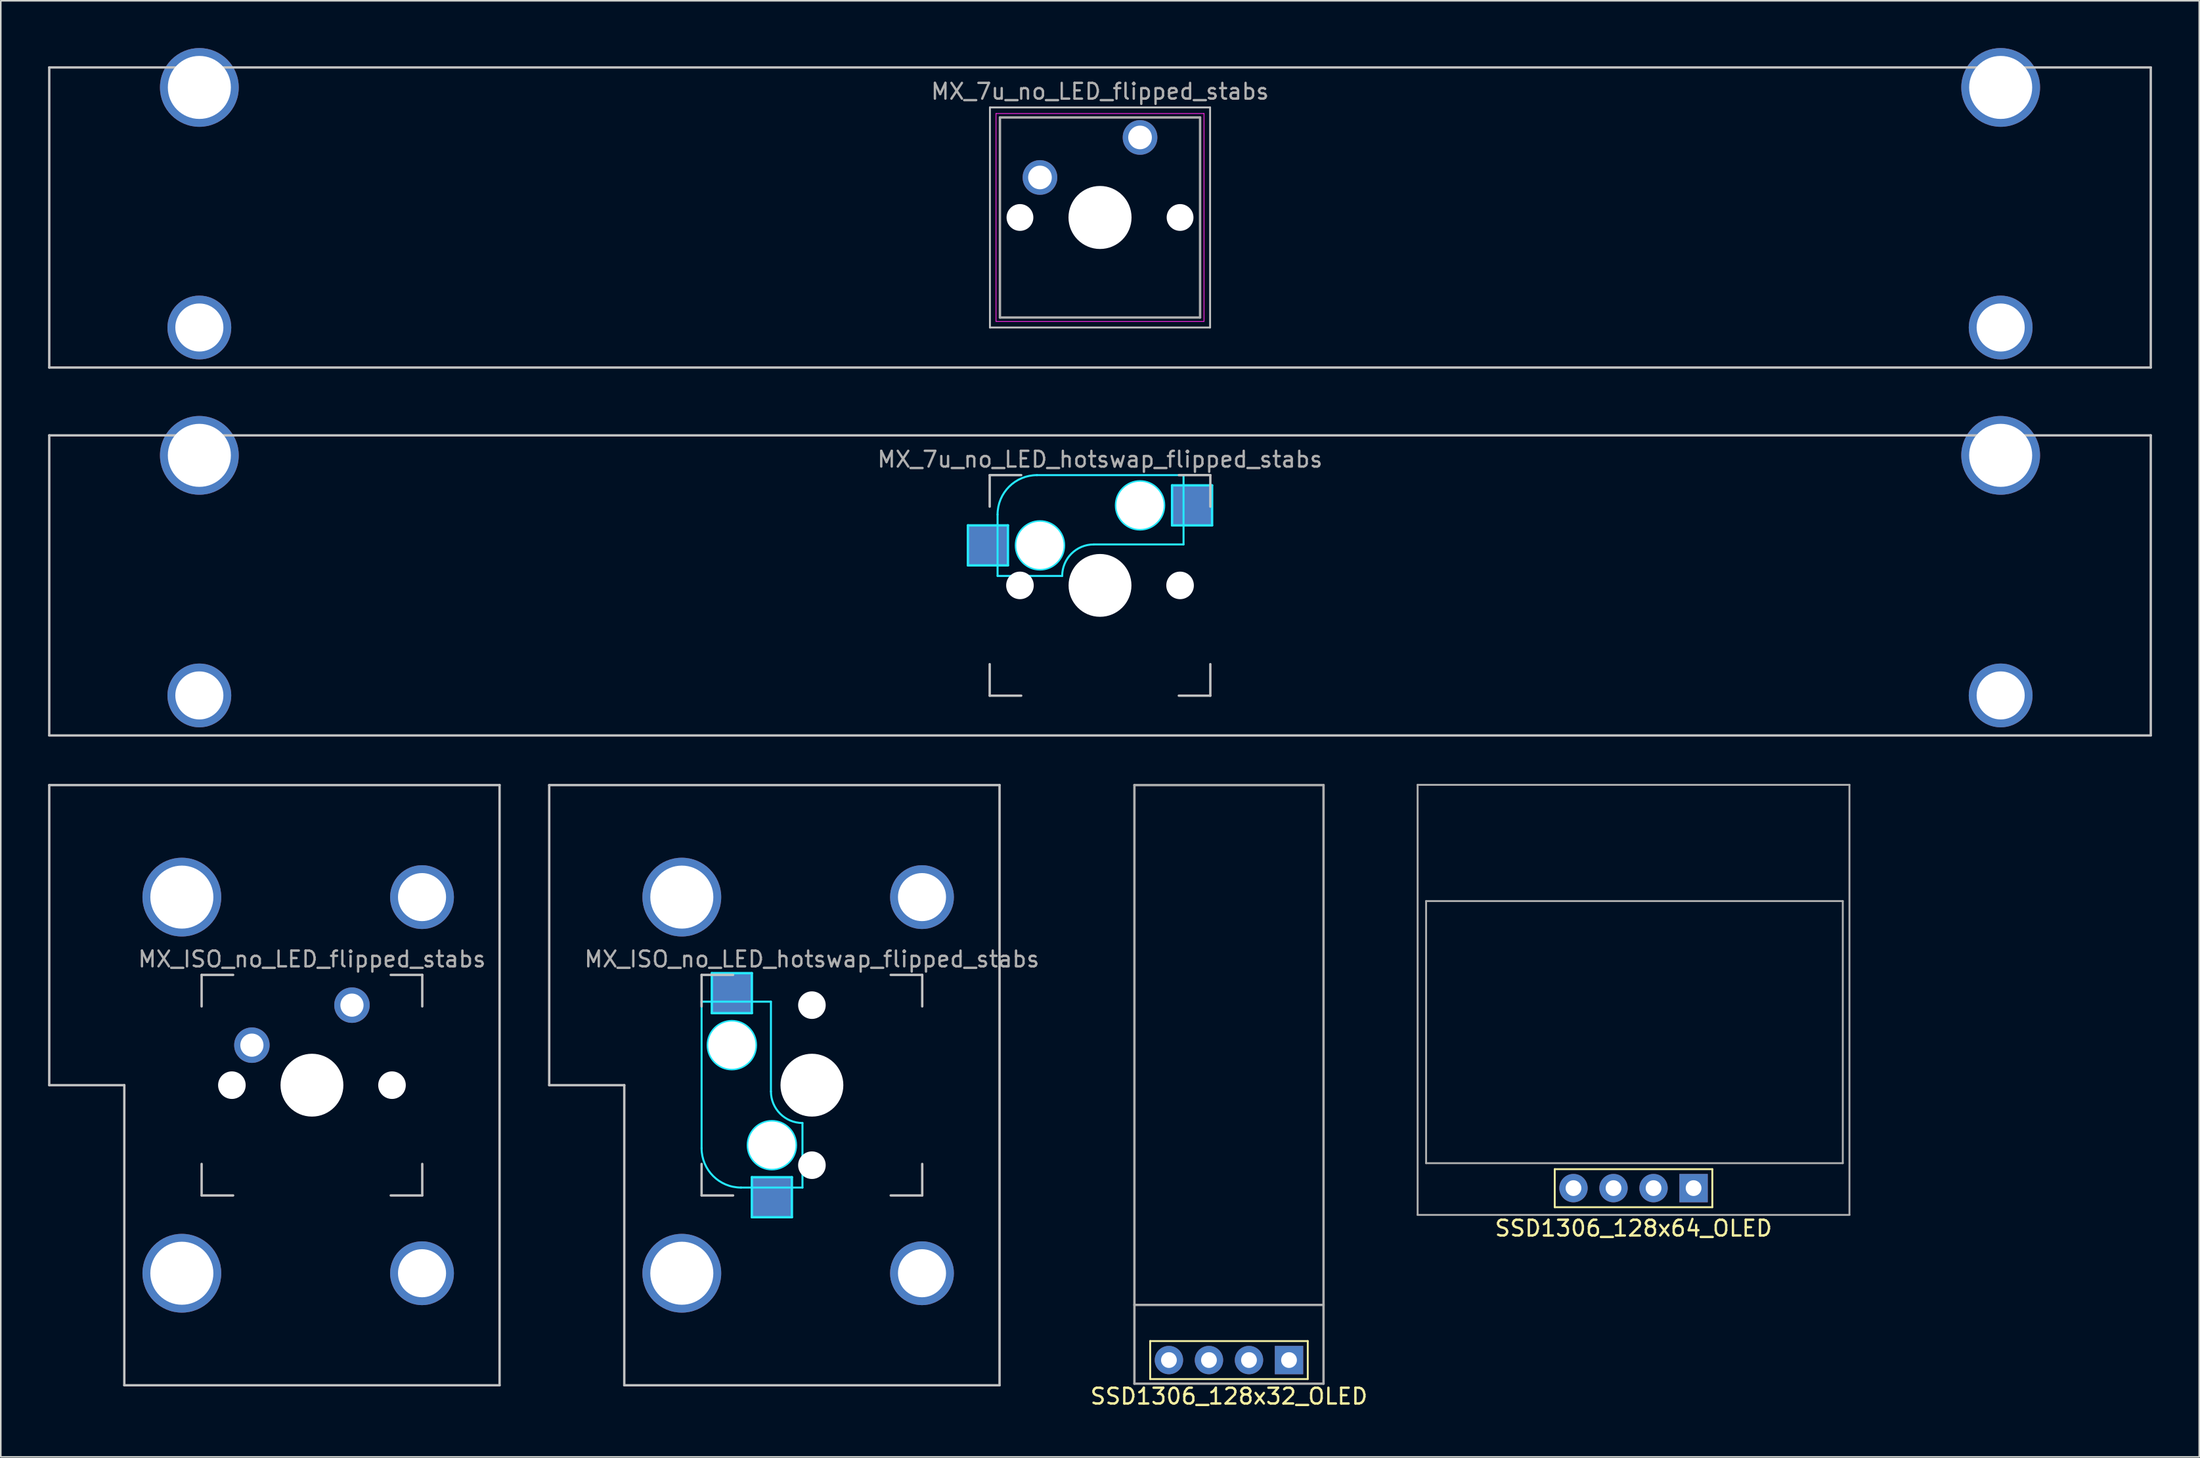
<source format=kicad_pcb>
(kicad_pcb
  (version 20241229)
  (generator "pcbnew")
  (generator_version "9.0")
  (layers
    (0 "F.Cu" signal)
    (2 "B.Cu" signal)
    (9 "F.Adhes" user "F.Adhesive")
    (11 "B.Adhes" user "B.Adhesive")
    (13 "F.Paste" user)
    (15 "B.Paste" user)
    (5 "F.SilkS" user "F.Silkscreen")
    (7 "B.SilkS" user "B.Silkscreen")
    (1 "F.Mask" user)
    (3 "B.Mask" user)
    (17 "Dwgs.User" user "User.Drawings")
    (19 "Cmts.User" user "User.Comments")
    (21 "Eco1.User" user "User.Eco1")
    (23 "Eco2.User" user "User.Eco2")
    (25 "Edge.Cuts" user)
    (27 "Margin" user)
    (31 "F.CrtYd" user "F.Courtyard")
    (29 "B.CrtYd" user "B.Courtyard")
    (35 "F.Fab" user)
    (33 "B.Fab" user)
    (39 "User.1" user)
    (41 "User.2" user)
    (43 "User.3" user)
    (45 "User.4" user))
  (footprint "SSD1306_128x32_OLED"
    (layer "F.Cu")
    (at 74.933 65.785)
    (property "Reference" "SSD1306_128x32_OLED" (at 0 19.8 0) (layer "F.SilkS") (effects (font (size 1 1) (thickness 0.15))))
    (attr through_hole)
    (fp_line (start -5 16.294) (end 5 16.294) (stroke (width 0.12) (type solid)) (layer "F.SilkS"))
    (fp_line (start -5 18.706) (end -5 16.294) (stroke (width 0.12) (type solid)) (layer "F.SilkS"))
    (fp_line (start 5 18.706) (end -5 18.706) (stroke (width 0.12) (type solid)) (layer "F.SilkS"))
    (fp_line (start 5 18.706) (end 5 16.294) (stroke (width 0.12) (type solid)) (layer "F.SilkS"))
    (fp_line (start -6 19) (end -6 -19) (stroke (width 0.15) (type solid)) (layer "F.Fab"))
    (fp_line (start 6 -19) (end -6 -19) (stroke (width 0.15) (type solid)) (layer "F.Fab"))
    (fp_line (start 6 14) (end -6 14) (stroke (width 0.15) (type solid)) (layer "F.Fab"))
    (fp_line (start 6 19) (end -6 19) (stroke (width 0.15) (type solid)) (layer "F.Fab"))
    (fp_line (start 6 19) (end 6 -19) (stroke (width 0.15) (type solid)) (layer "F.Fab"))
    (pad "1" thru_hole rect (at 3.81 17.5 90) (size 1.8 1.8) (drill 1) (layers "*.Cu" "*.Mask"))
    (pad "2" thru_hole circle (at 1.27 17.5 90) (size 1.8 1.8) (drill 1) (layers "*.Cu" "*.Mask"))
    (pad "3" thru_hole circle (at -1.27 17.5 90) (size 1.8 1.8) (drill 1) (layers "*.Cu" "*.Mask"))
    (pad "4" thru_hole circle (at -3.81 17.5 90) (size 1.8 1.8) (drill 1) (layers "*.Cu" "*.Mask")))
  (footprint "MX_ISO_no_LED_flipped_stabs"
    (layer "F.Cu")
    (at 16.744 65.835)
    (property "Reference" "MX_ISO_no_LED_flipped_stabs" (at 0 -8 0) (layer "F.Fab") (effects (font (size 1 1) (thickness 0.15))))
    (attr through_hole)
    (fp_line (start -16.669 -19.05) (end -16.669 0) (stroke (width 0.15) (type solid)) (layer "Dwgs.User"))
    (fp_line (start -16.669 -19.05) (end 11.906 -19.05) (stroke (width 0.15) (type solid)) (layer "Dwgs.User"))
    (fp_line (start -11.906 0) (end -16.669 0) (stroke (width 0.15) (type solid)) (layer "Dwgs.User"))
    (fp_line (start -11.906 19.05) (end -11.906 0) (stroke (width 0.15) (type solid)) (layer "Dwgs.User"))
    (fp_line (start -11.906 19.05) (end 11.906 19.05) (stroke (width 0.15) (type solid)) (layer "Dwgs.User"))
    (fp_line (start -7 -7) (end -7 -5) (stroke (width 0.15) (type solid)) (layer "Dwgs.User"))
    (fp_line (start -7 5) (end -7 7) (stroke (width 0.15) (type solid)) (layer "Dwgs.User"))
    (fp_line (start -7 7) (end -5 7) (stroke (width 0.15) (type solid)) (layer "Dwgs.User"))
    (fp_line (start -5 -7) (end -7 -7) (stroke (width 0.15) (type solid)) (layer "Dwgs.User"))
    (fp_line (start 5 -7) (end 7 -7) (stroke (width 0.15) (type solid)) (layer "Dwgs.User"))
    (fp_line (start 5 7) (end 7 7) (stroke (width 0.15) (type solid)) (layer "Dwgs.User"))
    (fp_line (start 7 -7) (end 7 -5) (stroke (width 0.15) (type solid)) (layer "Dwgs.User"))
    (fp_line (start 7 7) (end 7 5) (stroke (width 0.15) (type solid)) (layer "Dwgs.User"))
    (fp_line (start 11.906 -19.05) (end 11.906 19.05) (stroke (width 0.15) (type solid)) (layer "Dwgs.User"))
    (fp_text user "ISO Enter" (at 0 7.144 0) (layer "F.Mask") (effects (font (size 1 1) (thickness 0.15))))
    (pad "" np_thru_hole circle (at -8.255 -11.938) (size 5 5) (drill 4) (layers "*.Cu" "B.Mask"))
    (pad "" np_thru_hole circle (at -8.255 11.938) (size 5 5) (drill 4) (layers "*.Cu" "B.Mask"))
    (pad "" np_thru_hole circle (at -5.08 0 48.1) (size 1.75 1.75) (drill 1.75) (layers "*.Cu" "*.Mask"))
    (pad "" np_thru_hole circle (at 0 0) (size 3.988 3.988) (drill 3.988) (layers "*.Cu" "*.Mask"))
    (pad "" np_thru_hole circle (at 5.08 0 48.1) (size 1.75 1.75) (drill 1.75) (layers "*.Cu" "*.Mask"))
    (pad "" np_thru_hole circle (at 6.985 -11.938) (size 4.05 4.05) (drill 3.05) (layers "*.Cu" "B.Mask"))
    (pad "" np_thru_hole circle (at 6.985 11.938) (size 4.05 4.05) (drill 3.05) (layers "*.Cu" "B.Mask"))
    (pad "1" thru_hole circle (at 2.54 -5.08) (size 2.25 2.25) (drill 1.47) (layers "*.Cu" "*.Mask"))
    (pad "2" thru_hole circle (at -3.81 -2.54) (size 2.25 2.25) (drill 1.47) (layers "*.Cu" "*.Mask")))
  (footprint "SSD1306_128x64_OLED"
    (layer "F.Cu")
    (at 100.604 60.42)
    (property "Reference" "SSD1306_128x64_OLED" (at 0 14.5 180) (layer "F.SilkS") (effects (font (size 1 1) (thickness 0.15))))
    (attr through_hole)
    (fp_line (start -5 10.748) (end 5 10.748) (stroke (width 0.12) (type solid)) (layer "F.SilkS"))
    (fp_line (start -5 13.161) (end -5 10.748) (stroke (width 0.12) (type solid)) (layer "F.SilkS"))
    (fp_line (start 5 13.161) (end -5 13.161) (stroke (width 0.12) (type solid)) (layer "F.SilkS"))
    (fp_line (start 5 13.161) (end 5 10.748) (stroke (width 0.12) (type solid)) (layer "F.SilkS"))
    (fp_line (start -13.7 -13.65) (end 13.7 -13.65) (stroke (width 0.12) (type solid)) (layer "F.Fab"))
    (fp_line (start -13.7 13.65) (end -13.7 -13.65) (stroke (width 0.12) (type solid)) (layer "F.Fab"))
    (fp_line (start -13.162 -6.27) (end -13.162 10.367) (stroke (width 0.12) (type solid)) (layer "F.Fab"))
    (fp_line (start -13.162 -6.27) (end 13.278 -6.27) (stroke (width 0.12) (type solid)) (layer "F.Fab"))
    (fp_line (start 13.278 -6.27) (end 13.278 10.367) (stroke (width 0.12) (type solid)) (layer "F.Fab"))
    (fp_line (start 13.278 10.367) (end -13.162 10.367) (stroke (width 0.12) (type solid)) (layer "F.Fab"))
    (fp_line (start 13.7 -13.65) (end 13.7 13.65) (stroke (width 0.12) (type solid)) (layer "F.Fab"))
    (fp_line (start 13.7 13.65) (end -13.7 13.65) (stroke (width 0.12) (type solid)) (layer "F.Fab"))
    (pad "1" thru_hole rect (at 3.81 11.95 270) (size 1.8 1.8) (drill 1) (layers "*.Cu" "*.Mask"))
    (pad "2" thru_hole circle (at 1.27 11.95 270) (size 1.8 1.8) (drill 1) (layers "*.Cu" "*.Mask"))
    (pad "3" thru_hole circle (at -1.27 11.95 270) (size 1.8 1.8) (drill 1) (layers "*.Cu" "*.Mask"))
    (pad "4" thru_hole circle (at -3.81 11.95 270) (size 1.8 1.8) (drill 1) (layers "*.Cu" "*.Mask")))
  (footprint "MX_ISO_no_LED_hotswap_flipped_stabs"
    (layer "F.Cu")
    (at 48.469 65.835)
    (property "Reference" "MX_ISO_no_LED_hotswap_flipped_stabs" (at 0 -8 0) (layer "F.Fab") (effects (font (size 1 1) (thickness 0.15))))
    (attr through_hole)
    (fp_line (start -16.669 -19.05) (end -16.669 0) (stroke (width 0.15) (type solid)) (layer "Dwgs.User"))
    (fp_line (start -16.669 -19.05) (end 11.906 -19.05) (stroke (width 0.15) (type solid)) (layer "Dwgs.User"))
    (fp_line (start -11.906 0) (end -16.669 0) (stroke (width 0.15) (type solid)) (layer "Dwgs.User"))
    (fp_line (start -11.906 19.05) (end -11.906 0) (stroke (width 0.15) (type solid)) (layer "Dwgs.User"))
    (fp_line (start -11.906 19.05) (end 11.906 19.05) (stroke (width 0.15) (type solid)) (layer "Dwgs.User"))
    (fp_line (start -7 -7) (end -5 -7) (stroke (width 0.15) (type solid)) (layer "Dwgs.User"))
    (fp_line (start -7 -5) (end -7 -7) (stroke (width 0.15) (type solid)) (layer "Dwgs.User"))
    (fp_line (start -7 5) (end -7 7) (stroke (width 0.15) (type solid)) (layer "Dwgs.User"))
    (fp_line (start -7 7) (end -5 7) (stroke (width 0.15) (type solid)) (layer "Dwgs.User"))
    (fp_line (start 5 7) (end 7 7) (stroke (width 0.15) (type solid)) (layer "Dwgs.User"))
    (fp_line (start 7 -7) (end 5 -7) (stroke (width 0.15) (type solid)) (layer "Dwgs.User"))
    (fp_line (start 7 -5) (end 7 -7) (stroke (width 0.15) (type solid)) (layer "Dwgs.User"))
    (fp_line (start 7 7) (end 7 5) (stroke (width 0.15) (type solid)) (layer "Dwgs.User"))
    (fp_line (start 11.906 -19.05) (end 11.906 19.05) (stroke (width 0.15) (type solid)) (layer "Dwgs.User"))
    (fp_line (start -7 -5.3) (end -7 4) (stroke (width 0.127) (type solid)) (layer "B.CrtYd"))
    (fp_line (start -7 -5.3) (end -2.6 -5.3) (stroke (width 0.127) (type solid)) (layer "B.CrtYd"))
    (fp_line (start -6.35 -7.112) (end -3.81 -7.112) (stroke (width 0.15) (type solid)) (layer "B.CrtYd"))
    (fp_line (start -6.35 -4.572) (end -6.35 -7.112) (stroke (width 0.15) (type solid)) (layer "B.CrtYd"))
    (fp_line (start -4.5 6.5) (end -0.6 6.5) (stroke (width 0.127) (type solid)) (layer "B.CrtYd"))
    (fp_line (start -3.81 -7.112) (end -3.81 -4.572) (stroke (width 0.15) (type solid)) (layer "B.CrtYd"))
    (fp_line (start -3.81 -4.572) (end -6.35 -4.572) (stroke (width 0.15) (type solid)) (layer "B.CrtYd"))
    (fp_line (start -3.81 5.842) (end -3.81 8.382) (stroke (width 0.15) (type solid)) (layer "B.CrtYd"))
    (fp_line (start -3.81 8.382) (end -1.27 8.382) (stroke (width 0.15) (type solid)) (layer "B.CrtYd"))
    (fp_line (start -2.6 0.4) (end -2.6 -5.3) (stroke (width 0.127) (type solid)) (layer "B.CrtYd"))
    (fp_line (start -1.27 5.842) (end -3.81 5.842) (stroke (width 0.15) (type solid)) (layer "B.CrtYd"))
    (fp_line (start -1.27 8.382) (end -1.27 5.842) (stroke (width 0.15) (type solid)) (layer "B.CrtYd"))
    (fp_line (start -0.6 6.5) (end -0.6 2.4) (stroke (width 0.127) (type solid)) (layer "B.CrtYd"))
    (fp_arc (start -4.5 6.5) (mid -6.267767 5.767767) (end -7 4) (stroke (width 0.127) (type solid)) (layer "B.CrtYd"))
    (fp_arc (start -0.6 2.4) (mid -2.014214 1.814214) (end -2.6 0.4) (stroke (width 0.127) (type solid)) (layer "B.CrtYd"))
    (fp_circle (center -5.08 -2.54) (end -6.604 -2.54) (stroke (width 0.15) (type solid)) (fill no) (layer "B.CrtYd"))
    (fp_circle (center -2.54 3.81) (end -4.064 3.81) (stroke (width 0.15) (type solid)) (fill no) (layer "B.CrtYd"))
    (fp_text user "ISO Enter" (at 0 9.525 0) (layer "F.Mask") (effects (font (size 1 1) (thickness 0.15))))
    (pad "" np_thru_hole circle (at -8.255 -11.938) (size 5 5) (drill 4) (layers "*.Cu" "B.Mask"))
    (pad "" np_thru_hole circle (at -8.255 11.938) (size 5 5) (drill 4) (layers "*.Cu" "B.Mask"))
    (pad "" np_thru_hole circle (at -5.08 -2.54 90) (size 3 3) (drill 3) (layers "*.Cu" "*.Mask"))
    (pad "" np_thru_hole circle (at -2.54 3.81 90) (size 3 3) (drill 3) (layers "*.Cu" "*.Mask"))
    (pad "" np_thru_hole circle (at 0 -5.08 138.1) (size 1.75 1.75) (drill 1.75) (layers "*.Cu" "*.Mask"))
    (pad "" np_thru_hole circle (at 0 0 90) (size 3.988 3.988) (drill 3.988) (layers "*.Cu" "*.Mask"))
    (pad "" np_thru_hole circle (at 0 5.08 138.1) (size 1.75 1.75) (drill 1.75) (layers "*.Cu" "*.Mask"))
    (pad "" np_thru_hole circle (at 6.985 -11.938) (size 4.05 4.05) (drill 3.05) (layers "*.Cu" "B.Mask"))
    (pad "" np_thru_hole circle (at 6.985 11.938) (size 4.05 4.05) (drill 3.05) (layers "*.Cu" "B.Mask"))
    (pad "1" smd rect (at -2.54 7.085 90) (size 2.55 2.5) (layers "B.Cu" "B.Mask"))
    (pad "2" smd rect (at -5.08 -5.842 90) (size 2.55 2.5) (layers "B.Cu" "B.Mask")))
  (footprint "MX_7u_no_LED_hotswap_flipped_stabs"
    (layer "F.Cu")
    (at 66.75 34.11)
    (property "Reference" "MX_7u_no_LED_hotswap_flipped_stabs" (at 0 -8 0) (layer "F.Fab") (effects (font (size 1 1) (thickness 0.15))))
    (attr through_hole)
    (fp_line (start -66.675 -9.525) (end 66.675 -9.525) (stroke (width 0.15) (type solid)) (layer "Dwgs.User"))
    (fp_line (start -66.675 9.525) (end -66.675 -9.525) (stroke (width 0.15) (type solid)) (layer "Dwgs.User"))
    (fp_line (start -66.675 9.525) (end 66.675 9.525) (stroke (width 0.15) (type solid)) (layer "Dwgs.User"))
    (fp_line (start -7 -7) (end -7 -5) (stroke (width 0.15) (type solid)) (layer "Dwgs.User"))
    (fp_line (start -7 5) (end -7 7) (stroke (width 0.15) (type solid)) (layer "Dwgs.User"))
    (fp_line (start -7 7) (end -5 7) (stroke (width 0.15) (type solid)) (layer "Dwgs.User"))
    (fp_line (start -5 -7) (end -7 -7) (stroke (width 0.15) (type solid)) (layer "Dwgs.User"))
    (fp_line (start 5 -7) (end 7 -7) (stroke (width 0.15) (type solid)) (layer "Dwgs.User"))
    (fp_line (start 5 7) (end 7 7) (stroke (width 0.15) (type solid)) (layer "Dwgs.User"))
    (fp_line (start 7 -7) (end 7 -5) (stroke (width 0.15) (type solid)) (layer "Dwgs.User"))
    (fp_line (start 7 7) (end 7 5) (stroke (width 0.15) (type solid)) (layer "Dwgs.User"))
    (fp_line (start 66.675 -9.525) (end 66.675 9.525) (stroke (width 0.15) (type solid)) (layer "Dwgs.User"))
    (fp_line (start -8.382 -3.81) (end -8.382 -1.27) (stroke (width 0.15) (type solid)) (layer "B.CrtYd"))
    (fp_line (start -8.382 -1.27) (end -5.842 -1.27) (stroke (width 0.15) (type solid)) (layer "B.CrtYd"))
    (fp_line (start -6.5 -4.5) (end -6.5 -0.6) (stroke (width 0.127) (type solid)) (layer "B.CrtYd"))
    (fp_line (start -6.5 -0.6) (end -2.4 -0.6) (stroke (width 0.127) (type solid)) (layer "B.CrtYd"))
    (fp_line (start -5.842 -3.81) (end -8.382 -3.81) (stroke (width 0.15) (type solid)) (layer "B.CrtYd"))
    (fp_line (start -5.842 -1.27) (end -5.842 -3.81) (stroke (width 0.15) (type solid)) (layer "B.CrtYd"))
    (fp_line (start -0.4 -2.6) (end 5.3 -2.6) (stroke (width 0.127) (type solid)) (layer "B.CrtYd"))
    (fp_line (start 4.572 -6.35) (end 7.112 -6.35) (stroke (width 0.15) (type solid)) (layer "B.CrtYd"))
    (fp_line (start 4.572 -3.81) (end 4.572 -6.35) (stroke (width 0.15) (type solid)) (layer "B.CrtYd"))
    (fp_line (start 5.3 -7) (end -4 -7) (stroke (width 0.127) (type solid)) (layer "B.CrtYd"))
    (fp_line (start 5.3 -7) (end 5.3 -2.6) (stroke (width 0.127) (type solid)) (layer "B.CrtYd"))
    (fp_line (start 7.112 -6.35) (end 7.112 -3.81) (stroke (width 0.15) (type solid)) (layer "B.CrtYd"))
    (fp_line (start 7.112 -3.81) (end 4.572 -3.81) (stroke (width 0.15) (type solid)) (layer "B.CrtYd"))
    (fp_arc (start -6.5 -4.5) (mid -5.767767 -6.267767) (end -4 -7) (stroke (width 0.127) (type solid)) (layer "B.CrtYd"))
    (fp_arc (start -2.4 -0.6) (mid -1.814214 -2.014214) (end -0.4 -2.6) (stroke (width 0.127) (type solid)) (layer "B.CrtYd"))
    (fp_circle (center -3.81 -2.54) (end -3.81 -4.064) (stroke (width 0.15) (type solid)) (fill no) (layer "B.CrtYd"))
    (fp_circle (center 2.54 -5.08) (end 2.54 -6.604) (stroke (width 0.15) (type solid)) (fill no) (layer "B.CrtYd"))
    (fp_text user "7u" (at 0 4.763 0) (layer "F.Mask") (effects (font (size 1 1) (thickness 0.15))))
    (pad "" np_thru_hole circle (at -57.15 -8.255) (size 5 5) (drill 4) (layers "*.Cu" "B.Mask"))
    (pad "" np_thru_hole circle (at -57.15 6.985) (size 4.05 4.05) (drill 3.05) (layers "*.Cu" "B.Mask"))
    (pad "" np_thru_hole circle (at -5.08 0 48.1) (size 1.75 1.75) (drill 1.75) (layers "*.Cu" "*.Mask"))
    (pad "" np_thru_hole circle (at -3.81 -2.54) (size 3 3) (drill 3) (layers "*.Cu" "*.Mask"))
    (pad "" np_thru_hole circle (at 0 0) (size 3.988 3.988) (drill 3.988) (layers "*.Cu" "*.Mask"))
    (pad "" np_thru_hole circle (at 2.54 -5.08) (size 3 3) (drill 3) (layers "*.Cu" "*.Mask"))
    (pad "" np_thru_hole circle (at 5.08 0 48.1) (size 1.75 1.75) (drill 1.75) (layers "*.Cu" "*.Mask"))
    (pad "" np_thru_hole circle (at 57.15 -8.255) (size 5 5) (drill 4) (layers "*.Cu" "B.Mask"))
    (pad "" np_thru_hole circle (at 57.15 6.985) (size 4.05 4.05) (drill 3.05) (layers "*.Cu" "B.Mask"))
    (pad "1" smd rect (at 5.842 -5.08) (size 2.55 2.5) (layers "B.Cu" "B.Mask"))
    (pad "2" smd rect (at -7.085 -2.54) (size 2.55 2.5) (layers "B.Cu" "B.Mask")))
  (footprint "MX_7u_no_LED_flipped_stabs"
    (layer "F.Cu")
    (at 66.75 10.755)
    (property "Reference" "MX_7u_no_LED_flipped_stabs" (at 0 -8 0) (layer "F.Fab") (effects (font (size 1 1) (thickness 0.15))))
    (attr through_hole)
    (fp_line (start -66.675 -9.525) (end 66.675 -9.525) (stroke (width 0.15) (type solid)) (layer "Dwgs.User"))
    (fp_line (start -66.675 9.525) (end -66.675 -9.525) (stroke (width 0.15) (type solid)) (layer "Dwgs.User"))
    (fp_line (start -66.675 9.525) (end 66.675 9.525) (stroke (width 0.15) (type solid)) (layer "Dwgs.User"))
    (fp_line (start -6.985 -6.985) (end 6.985 -6.985) (stroke (width 0.12) (type solid)) (layer "Dwgs.User"))
    (fp_line (start -6.985 6.985) (end -6.985 -6.985) (stroke (width 0.12) (type solid)) (layer "Dwgs.User"))
    (fp_line (start 6.985 -6.985) (end 6.985 6.985) (stroke (width 0.12) (type solid)) (layer "Dwgs.User"))
    (fp_line (start 6.985 6.985) (end -6.985 6.985) (stroke (width 0.12) (type solid)) (layer "Dwgs.User"))
    (fp_line (start 66.675 -9.525) (end 66.675 9.525) (stroke (width 0.15) (type solid)) (layer "Dwgs.User"))
    (fp_line (start -6.6 -6.6) (end 6.6 -6.6) (stroke (width 0.05) (type solid)) (layer "F.CrtYd"))
    (fp_line (start -6.6 6.6) (end -6.6 -6.6) (stroke (width 0.05) (type solid)) (layer "F.CrtYd"))
    (fp_line (start 6.6 -6.6) (end 6.6 6.6) (stroke (width 0.05) (type solid)) (layer "F.CrtYd"))
    (fp_line (start 6.6 6.6) (end -6.6 6.6) (stroke (width 0.05) (type solid)) (layer "F.CrtYd"))
    (fp_line (start -6.35 -6.35) (end 6.35 -6.35) (stroke (width 0.15) (type solid)) (layer "F.Fab"))
    (fp_line (start -6.35 6.35) (end -6.35 -6.35) (stroke (width 0.15) (type solid)) (layer "F.Fab"))
    (fp_line (start 6.35 -6.35) (end 6.35 6.35) (stroke (width 0.15) (type solid)) (layer "F.Fab"))
    (fp_line (start 6.35 6.35) (end -6.35 6.35) (stroke (width 0.15) (type solid)) (layer "F.Fab"))
    (fp_text user "7u" (at 0 4.763 0) (layer "F.Mask") (effects (font (size 1 1) (thickness 0.15))))
    (pad "" np_thru_hole circle (at -57.15 -8.255) (size 5 5) (drill 4) (layers "*.Cu" "B.Mask"))
    (pad "" np_thru_hole circle (at -57.15 6.985) (size 4.05 4.05) (drill 3.05) (layers "*.Cu" "B.Mask"))
    (pad "" np_thru_hole circle (at -5.08 0) (size 1.7 1.7) (drill 1.7) (layers "*.Cu" "*.Mask"))
    (pad "" np_thru_hole circle (at 0 0) (size 4 4) (drill 4) (layers "*.Cu" "*.Mask"))
    (pad "" np_thru_hole circle (at 5.08 0) (size 1.7 1.7) (drill 1.7) (layers "*.Cu" "*.Mask"))
    (pad "" np_thru_hole circle (at 57.15 -8.255) (size 5 5) (drill 4) (layers "*.Cu" "B.Mask"))
    (pad "" np_thru_hole circle (at 57.15 6.985) (size 4.05 4.05) (drill 3.05) (layers "*.Cu" "B.Mask"))
    (pad "1" thru_hole circle (at 2.54 -5.08) (size 2.2 2.2) (drill 1.5) (layers "*.Cu" "*.Mask"))
    (pad "2" thru_hole circle (at -3.81 -2.54) (size 2.2 2.2) (drill 1.5) (layers "*.Cu" "*.Mask")))
  (gr_rect
    (start -3 -3)
    (end 136.5 89.433)
    (stroke (width 0.1) (type default))
    (fill no)
    (layer "Edge.Cuts")))
</source>
